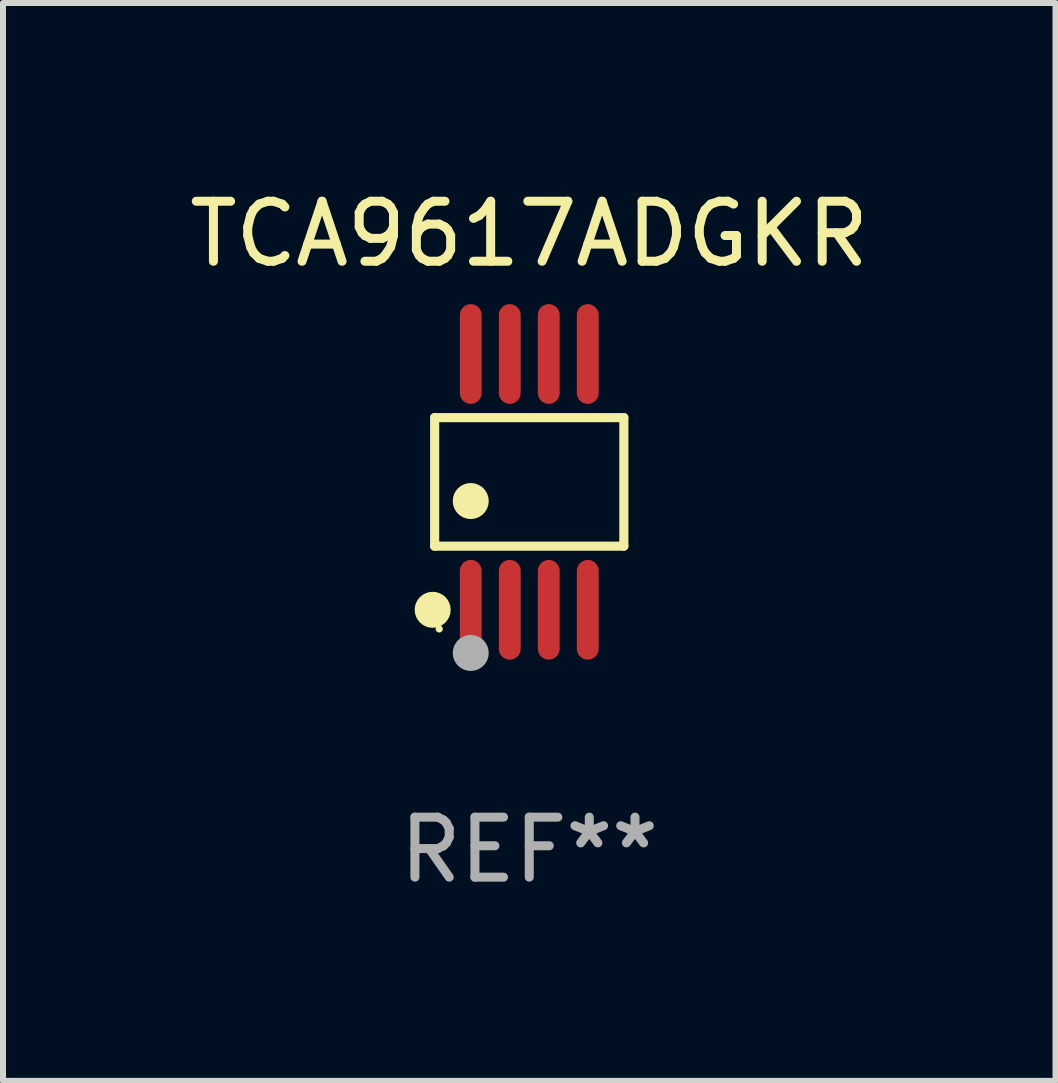
<source format=kicad_pcb>
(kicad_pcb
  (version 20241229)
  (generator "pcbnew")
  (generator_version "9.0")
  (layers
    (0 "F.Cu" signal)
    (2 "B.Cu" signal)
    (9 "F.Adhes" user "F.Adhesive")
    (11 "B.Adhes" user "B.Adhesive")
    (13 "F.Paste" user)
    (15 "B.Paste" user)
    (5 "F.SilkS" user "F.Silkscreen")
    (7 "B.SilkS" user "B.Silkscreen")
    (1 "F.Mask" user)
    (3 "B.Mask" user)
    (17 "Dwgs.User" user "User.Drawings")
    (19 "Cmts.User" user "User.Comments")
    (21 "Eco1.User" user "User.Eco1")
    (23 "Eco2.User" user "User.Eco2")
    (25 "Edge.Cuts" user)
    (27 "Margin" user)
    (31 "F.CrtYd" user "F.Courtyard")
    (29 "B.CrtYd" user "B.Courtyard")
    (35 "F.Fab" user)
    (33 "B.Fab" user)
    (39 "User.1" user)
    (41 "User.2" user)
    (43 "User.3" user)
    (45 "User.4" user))
  (footprint "TCA9617ADGKR"
    (layer "F.Cu")
    (at 5.768 4.979)
    (property "Reference" "TCA9617ADGKR" (at 0 -4.131 0) (layer "F.SilkS") (effects (font (size 1 1) (thickness 0.15))))
    (attr through_hole)
    (fp_line (start -1.576 -1.071) (end 1.576 -1.071) (stroke (width 0.152) (type solid)) (layer "F.SilkS"))
    (fp_line (start -1.576 1.071) (end -1.576 -1.071) (stroke (width 0.152) (type solid)) (layer "F.SilkS"))
    (fp_line (start 1.576 -1.071) (end 1.576 1.071) (stroke (width 0.152) (type solid)) (layer "F.SilkS"))
    (fp_line (start 1.576 1.071) (end -1.576 1.071) (stroke (width 0.152) (type solid)) (layer "F.SilkS"))
    (fp_circle (center -1.609 2.131) (end -1.459 2.131) (stroke (width 0.3) (type solid)) (fill no) (layer "F.SilkS"))
    (fp_circle (center -1.5 2.45) (end -1.47 2.45) (stroke (width 0.06) (type solid)) (fill no) (layer "F.SilkS"))
    (fp_circle (center -0.975 0.319) (end -0.825 0.319) (stroke (width 0.3) (type solid)) (fill no) (layer "F.SilkS"))
    (fp_circle (center -0.975 2.85) (end -0.825 2.85) (stroke (width 0.3) (type solid)) (fill no) (layer "F.Fab"))
    (fp_text user "REF**" (at 0 6.131 0) (layer "F.Fab") (effects (font (size 1 1) (thickness 0.15))))
    (pad "1" smd oval (at -0.975 2.131) (size 0.364 1.662) (layers "F.Cu" "F.Mask" "F.Paste"))
    (pad "2" smd oval (at -0.325 2.131) (size 0.364 1.662) (layers "F.Cu" "F.Mask" "F.Paste"))
    (pad "3" smd oval (at 0.325 2.131) (size 0.364 1.662) (layers "F.Cu" "F.Mask" "F.Paste"))
    (pad "4" smd oval (at 0.975 2.131) (size 0.364 1.662) (layers "F.Cu" "F.Mask" "F.Paste"))
    (pad "5" smd oval (at 0.975 -2.131) (size 0.364 1.662) (layers "F.Cu" "F.Mask" "F.Paste"))
    (pad "6" smd oval (at 0.325 -2.131) (size 0.364 1.662) (layers "F.Cu" "F.Mask" "F.Paste"))
    (pad "7" smd oval (at -0.325 -2.131) (size 0.364 1.662) (layers "F.Cu" "F.Mask" "F.Paste"))
    (pad "8" smd oval (at -0.975 -2.131) (size 0.364 1.662) (layers "F.Cu" "F.Mask" "F.Paste")))
  (gr_rect
    (start -3 -3)
    (end 14.536 14.959)
    (stroke (width 0.1) (type default))
    (fill no)
    (layer "Edge.Cuts")))
</source>
